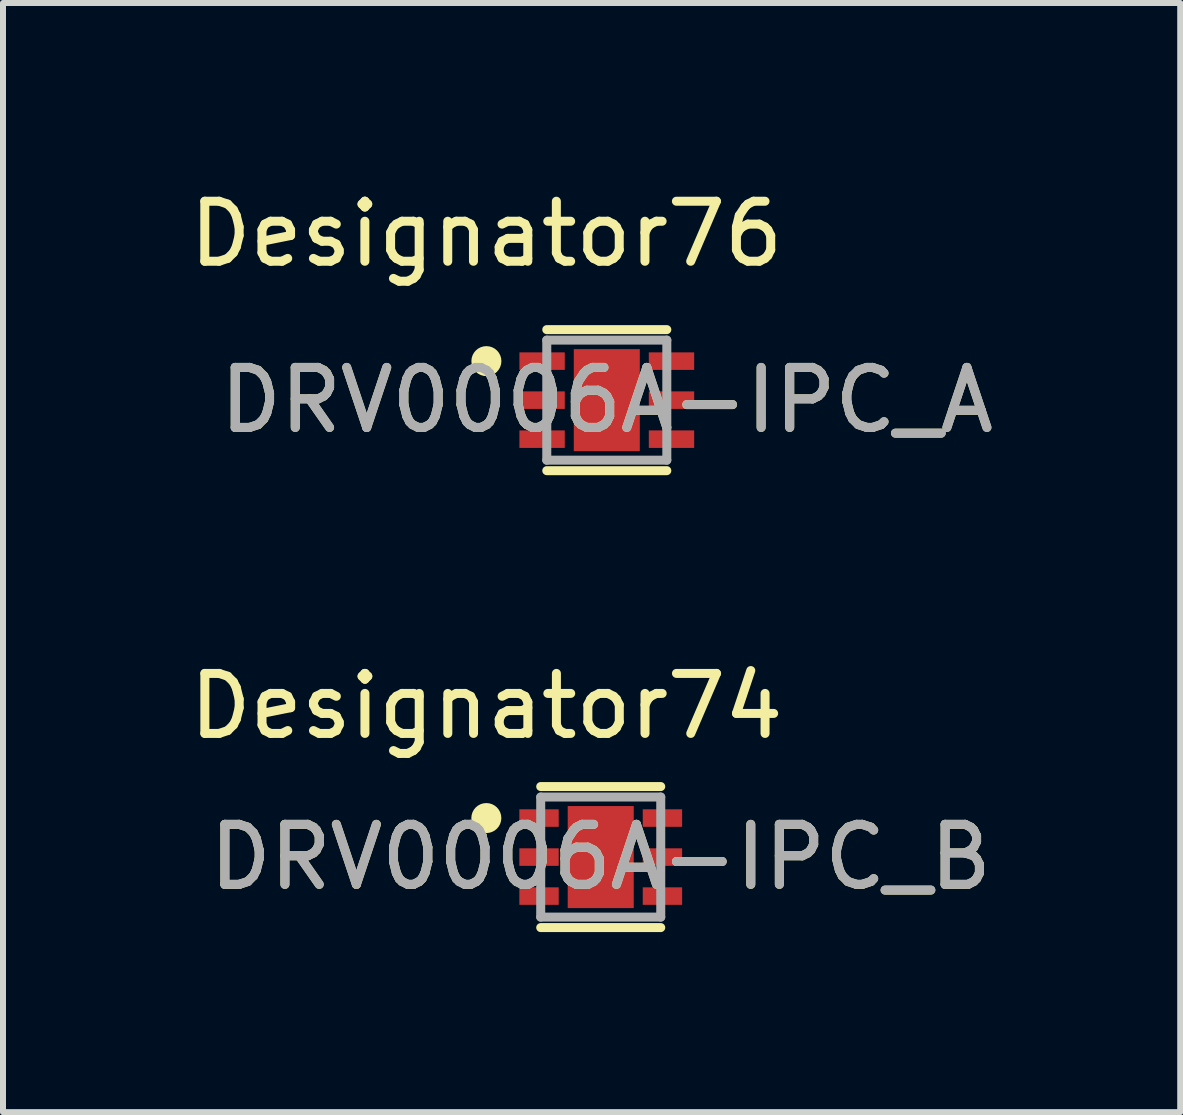
<source format=kicad_pcb>
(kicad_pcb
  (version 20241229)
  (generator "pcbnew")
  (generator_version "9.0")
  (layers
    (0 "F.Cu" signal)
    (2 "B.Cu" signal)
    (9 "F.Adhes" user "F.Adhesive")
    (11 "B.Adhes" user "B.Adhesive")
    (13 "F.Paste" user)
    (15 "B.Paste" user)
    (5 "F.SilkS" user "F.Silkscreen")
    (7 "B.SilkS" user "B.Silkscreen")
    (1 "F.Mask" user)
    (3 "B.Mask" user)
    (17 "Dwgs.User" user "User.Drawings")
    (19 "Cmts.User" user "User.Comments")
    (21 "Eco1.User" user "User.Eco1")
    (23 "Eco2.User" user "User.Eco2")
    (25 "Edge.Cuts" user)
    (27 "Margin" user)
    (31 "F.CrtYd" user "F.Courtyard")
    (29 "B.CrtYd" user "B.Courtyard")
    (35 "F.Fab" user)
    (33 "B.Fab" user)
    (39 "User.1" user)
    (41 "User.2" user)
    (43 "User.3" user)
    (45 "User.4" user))
  (footprint "DRV0006A-IPC_B"
    (layer "F.Cu")
    (at 6.959 11.23)
    (property "Reference" "DRV0006A-IPC_B" (at 0 0 0) (unlocked yes) (layer "F.SilkS") (effects (font (size 1 1) (thickness 0.15))))
    (attr smd)
    (fp_line (start -1 -1.175) (end 1 -1.175) (stroke (width 0.15) (type solid)) (layer "F.SilkS"))
    (fp_line (start -1 1.175) (end 1 1.175) (stroke (width 0.15) (type solid)) (layer "F.SilkS"))
    (fp_circle (center -1.906 -0.65) (end -1.781 -0.65) (stroke (width 0.25) (type solid)) (fill no) (layer "F.SilkS"))
    (fp_poly (pts (xy -0.308 0.608) (xy 0.308 0.608) (xy 0.308 -0.608) (xy -0.308 -0.608)) (stroke (width 0) (type solid)) (fill yes) (layer "F.Paste"))
    (fp_line (start -1 -1) (end 1 -1) (stroke (width 0.15) (type solid)) (layer "F.Fab"))
    (fp_line (start -1 1) (end -1 -1) (stroke (width 0.15) (type solid)) (layer "F.Fab"))
    (fp_line (start -1 1) (end 1 1) (stroke (width 0.15) (type solid)) (layer "F.Fab"))
    (fp_line (start 1 1) (end 1 -1) (stroke (width 0.15) (type solid)) (layer "F.Fab"))
    (fp_text user "Designator74" (at -1.905 -2.515 0) (unlocked yes) (layer "F.SilkS") (effects (font (size 1 1) (thickness 0.15))))
    (fp_text user "${REFERENCE}" (at 0 0 0) (unlocked yes) (layer "F.Fab") (effects (font (size 1 1) (thickness 0.15))))
    (pad "1" smd rect (at -1.028 -0.65) (size 0.656 0.292) (layers "F.Cu" "F.Mask" "F.Paste"))
    (pad "2" smd rect (at -1.028 0) (size 0.656 0.292) (layers "F.Cu" "F.Mask" "F.Paste"))
    (pad "3" smd rect (at -1.028 0.65) (size 0.656 0.292) (layers "F.Cu" "F.Mask" "F.Paste"))
    (pad "4" smd rect (at 1.028 0.65) (size 0.656 0.292) (layers "F.Cu" "F.Mask" "F.Paste"))
    (pad "5" smd rect (at 1.028 0) (size 0.656 0.292) (layers "F.Cu" "F.Mask" "F.Paste"))
    (pad "6" smd rect (at 1.028 -0.65) (size 0.656 0.292) (layers "F.Cu" "F.Mask" "F.Paste"))
    (pad "7" smd rect (at 0 0) (size 1.1 1.7) (layers "F.Cu" "F.Mask")))
  (footprint "DRV0006A-IPC_A"
    (layer "F.Cu")
    (at 7.06 3.617)
    (property "Reference" "DRV0006A-IPC_A" (at 0 0 0) (unlocked yes) (layer "F.SilkS") (effects (font (size 1 1) (thickness 0.15))))
    (attr smd)
    (fp_line (start -1 -1.175) (end 1 -1.175) (stroke (width 0.15) (type solid)) (layer "F.SilkS"))
    (fp_line (start -1 1.175) (end 1 1.175) (stroke (width 0.15) (type solid)) (layer "F.SilkS"))
    (fp_circle (center -2.006 -0.65) (end -1.881 -0.65) (stroke (width 0.25) (type solid)) (fill no) (layer "F.SilkS"))
    (fp_poly (pts (xy -0.308 0.608) (xy 0.308 0.608) (xy 0.308 -0.608) (xy -0.308 -0.608)) (stroke (width 0) (type solid)) (fill yes) (layer "F.Paste"))
    (fp_line (start -1 -1) (end 1 -1) (stroke (width 0.15) (type solid)) (layer "F.Fab"))
    (fp_line (start -1 1) (end -1 -1) (stroke (width 0.15) (type solid)) (layer "F.Fab"))
    (fp_line (start -1 1) (end 1 1) (stroke (width 0.15) (type solid)) (layer "F.Fab"))
    (fp_line (start 1 1) (end 1 -1) (stroke (width 0.15) (type solid)) (layer "F.Fab"))
    (fp_text user "Designator76" (at -2.007 -2.769 0) (unlocked yes) (layer "F.SilkS") (effects (font (size 1 1) (thickness 0.15))))
    (fp_text user "${REFERENCE}" (at 0 0 0) (unlocked yes) (layer "F.Fab") (effects (font (size 1 1) (thickness 0.15))))
    (pad "1" smd rect (at -1.078 -0.65) (size 0.756 0.292) (layers "F.Cu" "F.Mask" "F.Paste"))
    (pad "2" smd rect (at -1.078 0) (size 0.756 0.292) (layers "F.Cu" "F.Mask" "F.Paste"))
    (pad "3" smd rect (at -1.078 0.65) (size 0.756 0.292) (layers "F.Cu" "F.Mask" "F.Paste"))
    (pad "4" smd rect (at 1.078 0.65) (size 0.756 0.292) (layers "F.Cu" "F.Mask" "F.Paste"))
    (pad "5" smd rect (at 1.078 0) (size 0.756 0.292) (layers "F.Cu" "F.Mask" "F.Paste"))
    (pad "6" smd rect (at 1.078 -0.65) (size 0.756 0.292) (layers "F.Cu" "F.Mask" "F.Paste"))
    (pad "7" smd rect (at 0 0) (size 1.1 1.7) (layers "F.Cu" "F.Mask")))
  (gr_rect
    (start -3 -3)
    (end 16.614 15.48)
    (stroke (width 0.1) (type default))
    (fill no)
    (layer "Edge.Cuts")))
</source>
